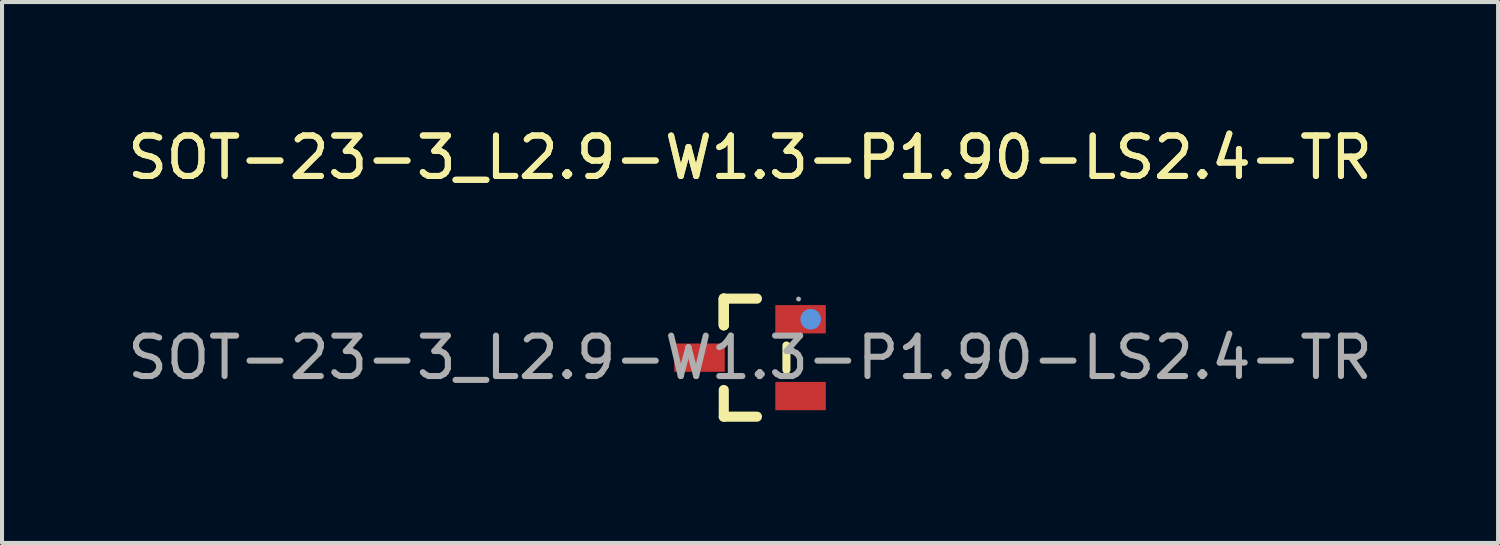
<source format=kicad_pcb>
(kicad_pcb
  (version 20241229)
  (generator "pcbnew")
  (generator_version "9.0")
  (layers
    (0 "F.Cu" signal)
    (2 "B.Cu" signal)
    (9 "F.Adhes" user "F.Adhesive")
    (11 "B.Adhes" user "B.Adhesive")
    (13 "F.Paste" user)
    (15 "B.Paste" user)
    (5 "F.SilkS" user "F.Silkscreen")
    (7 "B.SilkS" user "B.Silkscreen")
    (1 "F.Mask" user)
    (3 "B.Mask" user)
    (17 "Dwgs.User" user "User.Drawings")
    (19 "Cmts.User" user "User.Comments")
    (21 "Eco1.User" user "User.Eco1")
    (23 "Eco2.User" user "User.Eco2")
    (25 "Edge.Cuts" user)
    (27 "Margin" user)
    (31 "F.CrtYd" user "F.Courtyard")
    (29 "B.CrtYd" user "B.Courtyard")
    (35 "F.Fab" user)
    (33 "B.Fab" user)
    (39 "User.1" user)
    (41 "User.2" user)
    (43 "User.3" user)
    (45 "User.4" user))
  (footprint "SOT-23-3_L2.9-W1.3-P1.90-LS2.4-TR"
    (layer "F.Cu")
    (at 15.506 5.798)
    (property "Reference" "SOT-23-3_L2.9-W1.3-P1.90-LS2.4-TR" (at 0 -4.95 0) (layer "F.SilkS") (effects (font (size 1 1) (thickness 0.15))))
    (attr smd)
    (fp_line (start -0.65 -1.46) (end -0.65 -0.8) (stroke (width 0.25) (type solid)) (layer "F.SilkS"))
    (fp_line (start -0.65 -1.46) (end 0.17 -1.46) (stroke (width 0.25) (type solid)) (layer "F.SilkS"))
    (fp_line (start -0.65 -0.8) (end -0.65 -1.46) (stroke (width 0.25) (type solid)) (layer "F.SilkS"))
    (fp_line (start -0.65 -0.8) (end -0.65 -1.46) (stroke (width 0.25) (type solid)) (layer "F.SilkS"))
    (fp_line (start -0.65 1.46) (end -0.65 0.8) (stroke (width 0.25) (type solid)) (layer "F.SilkS"))
    (fp_line (start 0.17 1.46) (end -0.65 1.46) (stroke (width 0.25) (type solid)) (layer "F.SilkS"))
    (fp_line (start 0.9 0.3) (end 0.9 -0.3) (stroke (width 0.2) (type solid)) (layer "F.SilkS"))
    (fp_circle (center 1.5 -0.95) (end 1.63 -0.95) (stroke (width 0.25) (type solid)) (fill no) (layer "Cmts.User"))
    (fp_circle (center 1.2 -1.45) (end 1.23 -1.45) (stroke (width 0.06) (type solid)) (fill no) (layer "F.Fab"))
    (fp_text user "${REFERENCE}" (at 0 -4.95 0) (layer "F.SilkS") (effects (font (size 1 1) (thickness 0.15))))
    (fp_text user "${REFERENCE}" (at 0 0 0) (layer "F.Fab") (effects (font (size 1 1) (thickness 0.15))))
    (pad "1" smd rect (at 1.25 -0.95 270) (size 0.7 1.25) (layers "F.Cu" "F.Mask" "F.Paste"))
    (pad "2" smd rect (at 1.25 0.95 270) (size 0.7 1.25) (layers "F.Cu" "F.Mask" "F.Paste"))
    (pad "3" smd rect (at -1.25 0 270) (size 0.7 1.25) (layers "F.Cu" "F.Mask" "F.Paste")))
  (gr_rect
    (start -3 -3)
    (end 34.012 10.383)
    (stroke (width 0.1) (type default))
    (fill no)
    (layer "Edge.Cuts")))
</source>
